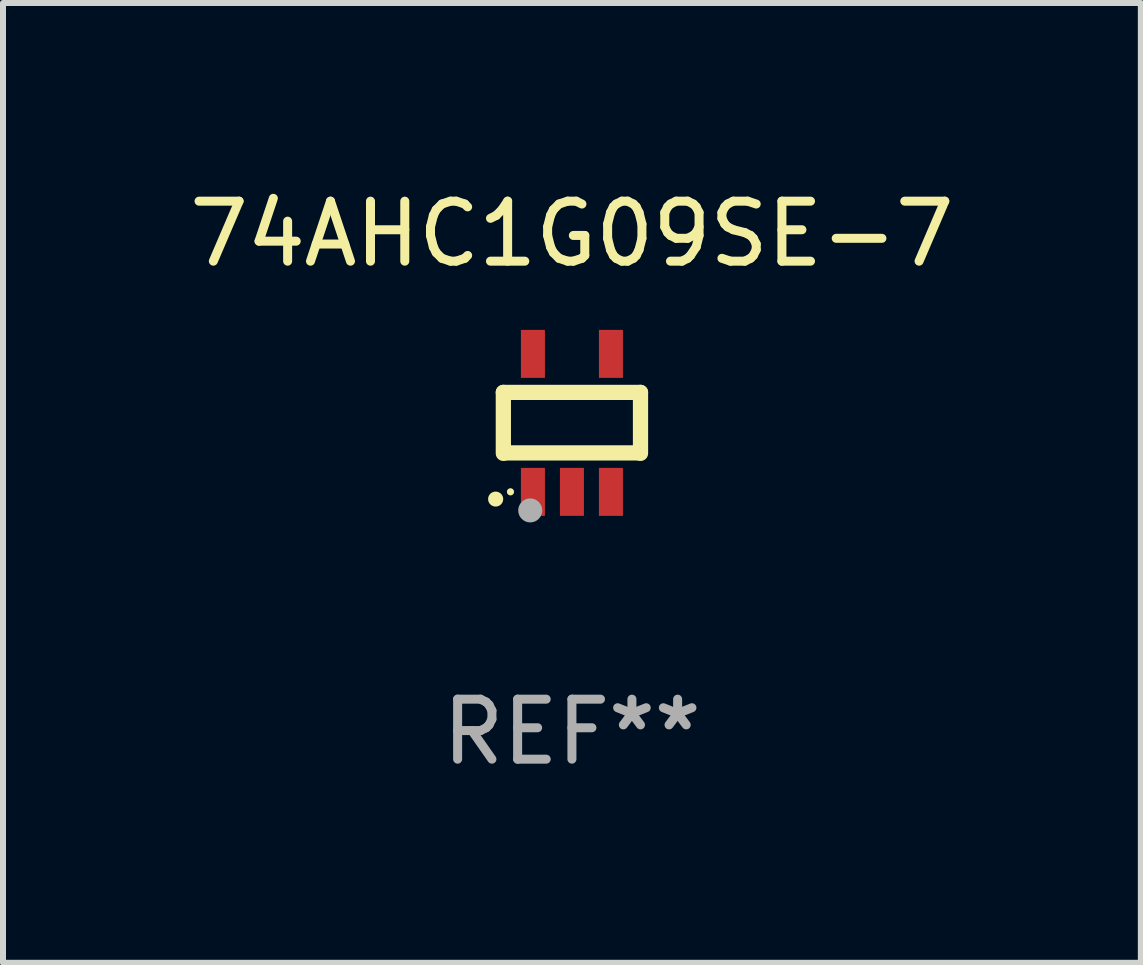
<source format=kicad_pcb>
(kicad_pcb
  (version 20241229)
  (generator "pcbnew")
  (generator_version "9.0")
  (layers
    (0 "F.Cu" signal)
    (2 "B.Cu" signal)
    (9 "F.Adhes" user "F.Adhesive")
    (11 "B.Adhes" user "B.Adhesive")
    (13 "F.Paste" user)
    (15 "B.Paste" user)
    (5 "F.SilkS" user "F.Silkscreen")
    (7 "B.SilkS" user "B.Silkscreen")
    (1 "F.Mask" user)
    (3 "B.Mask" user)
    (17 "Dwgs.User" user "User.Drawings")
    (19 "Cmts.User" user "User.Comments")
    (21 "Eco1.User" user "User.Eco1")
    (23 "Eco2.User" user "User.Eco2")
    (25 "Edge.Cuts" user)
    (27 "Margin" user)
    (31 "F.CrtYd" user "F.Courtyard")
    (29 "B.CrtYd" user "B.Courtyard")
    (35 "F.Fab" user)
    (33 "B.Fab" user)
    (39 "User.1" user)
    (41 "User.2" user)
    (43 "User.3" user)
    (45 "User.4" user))
  (footprint "74AHC1G09SE-7"
    (layer "F.Cu")
    (at 6.482 3.998)
    (property "Reference" "74AHC1G09SE-7" (at 0 -3.15 0) (layer "F.SilkS") (effects (font (size 1 1) (thickness 0.15))))
    (attr through_hole)
    (fp_line (start -1.143 -0.508) (end -1.143 0.508) (stroke (width 0.254) (type solid)) (layer "F.SilkS"))
    (fp_line (start -1.1 0.5) (end 1.1 0.5) (stroke (width 0.254) (type solid)) (layer "F.SilkS"))
    (fp_line (start 1.143 -0.508) (end -1.143 -0.508) (stroke (width 0.254) (type solid)) (layer "F.SilkS"))
    (fp_line (start 1.143 0.508) (end 1.143 -0.508) (stroke (width 0.254) (type solid)) (layer "F.SilkS"))
    (fp_arc (start -1.272543 1.26999) (mid -1.271273 1.269983) (end -1.270003 1.26999) (stroke (width 0.24892) (type solid)) (layer "F.SilkS"))
    (fp_circle (center -1.024 1.149) (end -0.994 1.149) (stroke (width 0.06) (type solid)) (fill no) (layer "F.SilkS"))
    (fp_circle (center -0.695 1.459) (end -0.595 1.459) (stroke (width 0.2) (type solid)) (fill no) (layer "F.Fab"))
    (fp_text user "REF**" (at 0 5.15 0) (layer "F.Fab") (effects (font (size 1 1) (thickness 0.15))))
    (pad "1" smd rect (at -0.65 1.15) (size 0.4 0.8) (layers "F.Cu" "F.Mask" "F.Paste"))
    (pad "2" smd rect (at 0 1.15) (size 0.4 0.8) (layers "F.Cu" "F.Mask" "F.Paste"))
    (pad "3" smd rect (at 0.65 1.15) (size 0.4 0.8) (layers "F.Cu" "F.Mask" "F.Paste"))
    (pad "4" smd rect (at 0.65 -1.15) (size 0.4 0.8) (layers "F.Cu" "F.Mask" "F.Paste"))
    (pad "5" smd rect (at -0.65 -1.15) (size 0.4 0.8) (layers "F.Cu" "F.Mask" "F.Paste")))
  (gr_rect
    (start -3 -3)
    (end 15.964 12.997)
    (stroke (width 0.1) (type default))
    (fill no)
    (layer "Edge.Cuts")))
</source>
